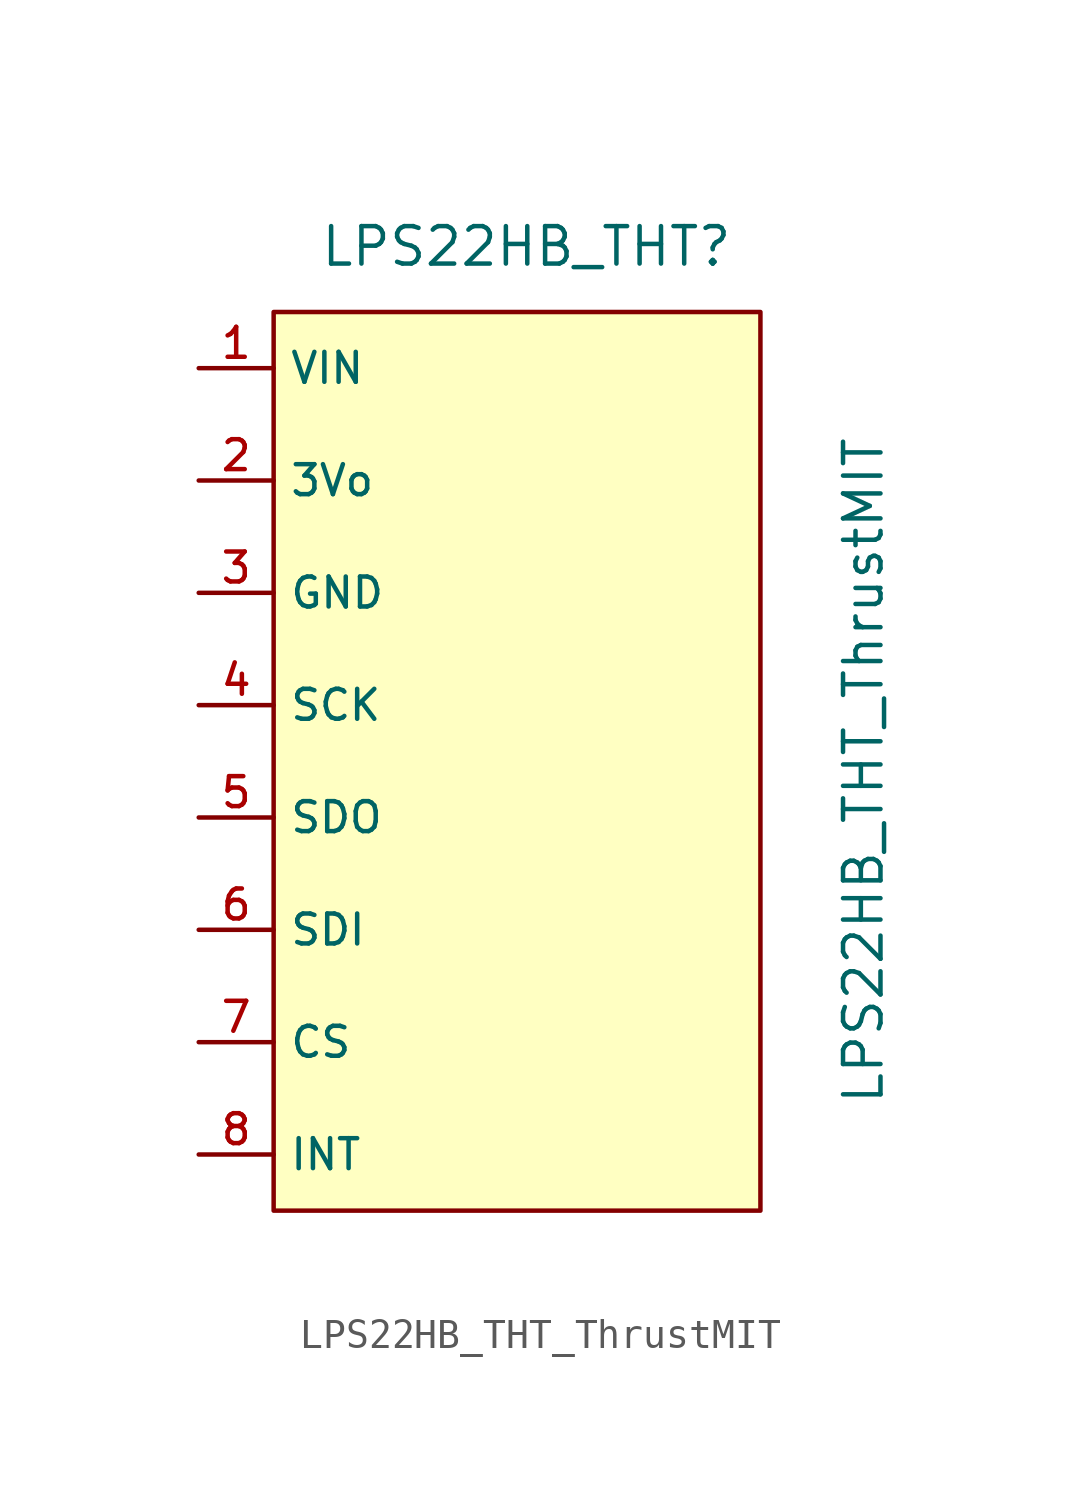
<source format=kicad_sym>
(kicad_symbol_lib
  (version 20220914)
  (generator kicad_symbol_editor)
  (symbol "LPS22HB_THT_ThrustMIT"
    (property "Reference" "LPS22HB_THT"
      (at 0 17.78 0)
      (effects (font (size 1.27 1.27))))
    (property "Value" "LPS22HB_THT_ThrustMIT"
      (at 11.43 0 90)
      (effects (font (size 1.27 1.27))))
    (symbol "LPS22HB_THT_ThrustMIT_1_1"
      (rectangle (start -8.572 15.557) (end 7.938 -14.922) (stroke (width 0) (type default)) (fill (type background)))
      (pin power_in line (at -11.113 13.652 0) (length 2.54) (name "VIN" (effects (font (size 1.016 1.016)))) (number "1" (effects (font (size 1.016 1.016)))))
      (pin power_out line (at -11.113 9.842 0) (length 2.54) (name "3Vo" (effects (font (size 1.016 1.016)))) (number "2" (effects (font (size 1.016 1.016)))))
      (pin power_in line (at -11.113 6.032 0) (length 2.54) (name "GND" (effects (font (size 1.016 1.016)))) (number "3" (effects (font (size 1.016 1.016)))))
      (pin input line (at -11.113 2.223 0) (length 2.54) (name "SCK" (effects (font (size 1.016 1.016)))) (number "4" (effects (font (size 1.016 1.016)))))
      (pin bidirectional line (at -11.113 -1.587 0) (length 2.54) (name "SDO" (effects (font (size 1.016 1.016)))) (number "5" (effects (font (size 1.016 1.016)))))
      (pin bidirectional line (at -11.113 -5.397 0) (length 2.54) (name "SDI" (effects (font (size 1.016 1.016)))) (number "6" (effects (font (size 1.016 1.016)))))
      (pin input line (at -11.113 -9.207 0) (length 2.54) (name "CS" (effects (font (size 1.016 1.016)))) (number "7" (effects (font (size 1.016 1.016)))))
      (pin output line (at -11.113 -13.018 0) (length 2.54) (name "INT" (effects (font (size 1.016 1.016)))) (number "8" (effects (font (size 1.016 1.016))))))))
</source>
